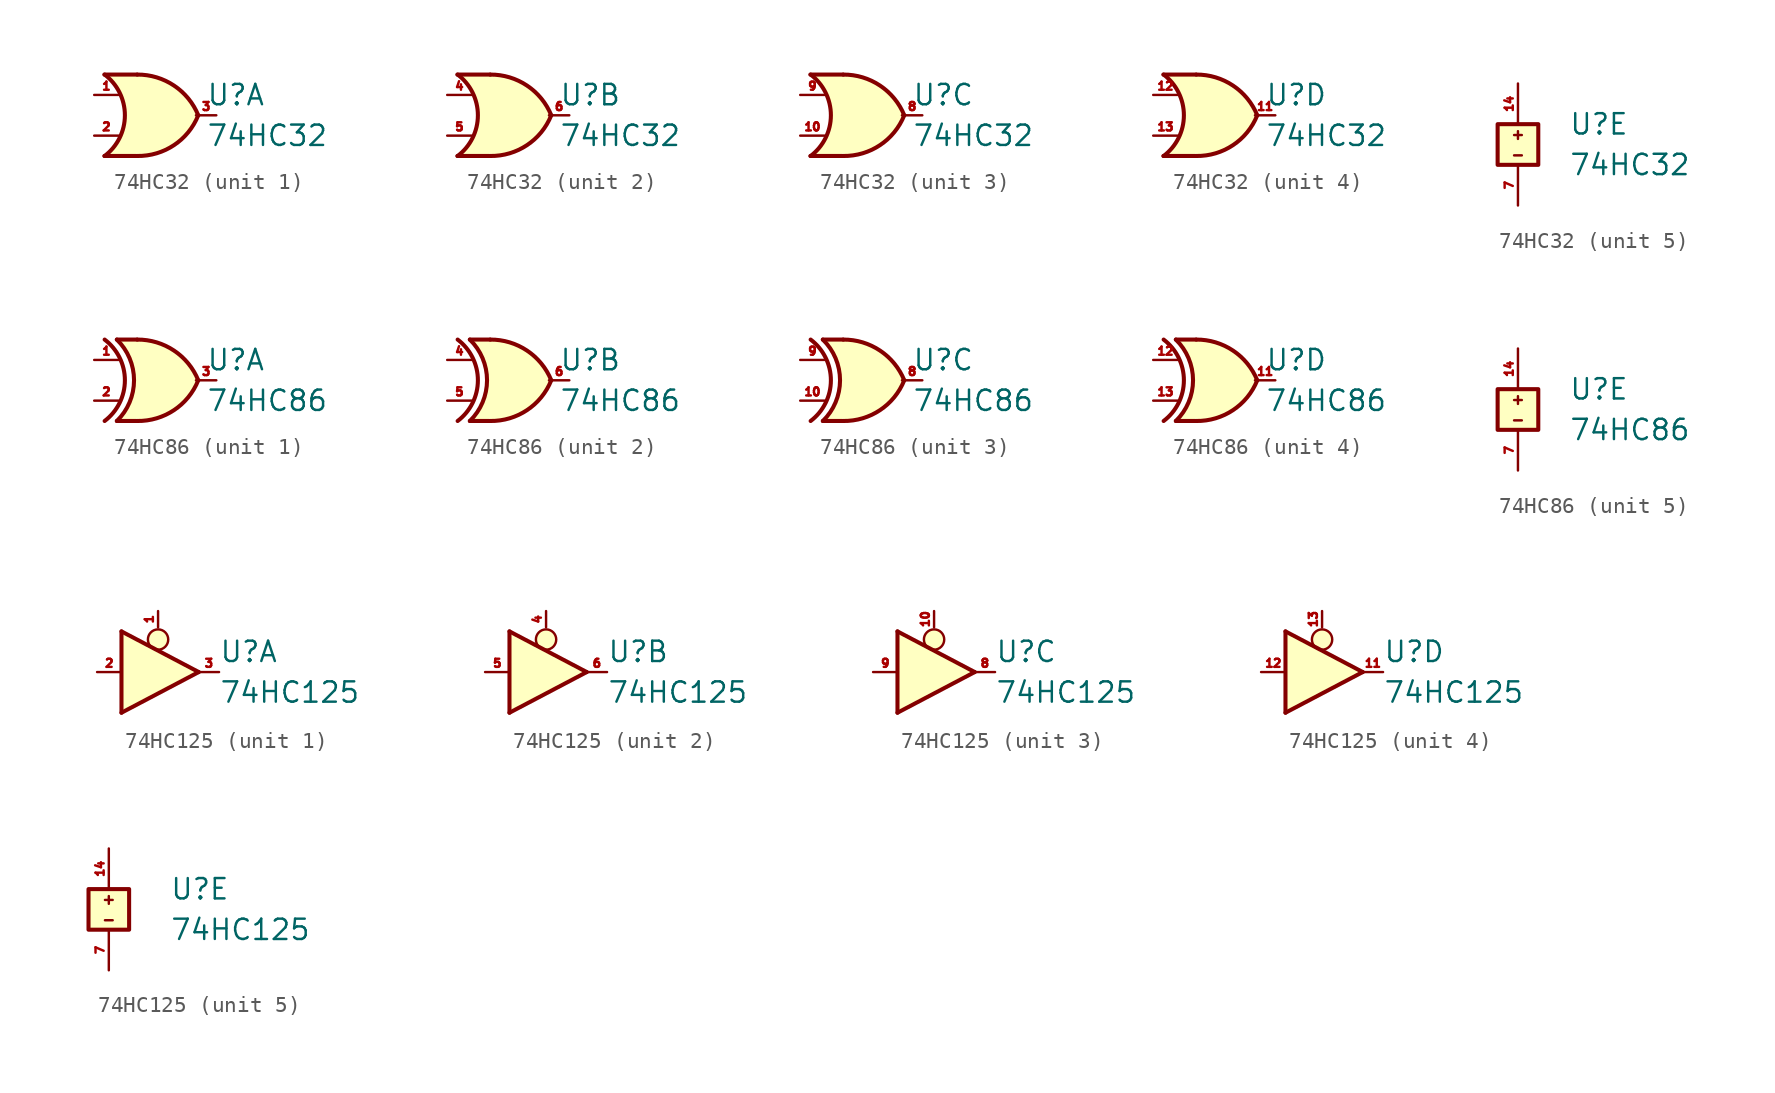
<source format=kicad_sym>
(kicad_symbol_lib
  (version 20231120)
  (generator "kicad_symbol_editor")
  (generator_version "8.0")
  (symbol "74HC32"
    (pin_names
      (offset 0.002) hide)
    (property "Reference" "U"
      (at 3.175 1.27 0)
      (effects (font (size 1.27 1.27)) (justify left)))
    (property "Value" "74HC32"
      (at 3.175 -1.27 0)
      (effects (font (size 1.27 1.27)) (justify left)))
    (property "ki_locked" ""
      (at 0 0 0)
      (effects (font (size 1.27 1.27))))
    (symbol "74HC32_1_0"
      (arc (start -3.1584 -2.54) (mid -1.895 0) (end -3.1584 2.54) (stroke (width 0.254) (type default)) (fill (type none)))
      (arc (start -1.1264 -2.54) (mid 1.1727 -1.8611) (end 2.6836 0) (stroke (width 0.254) (type default)) (fill (type background)))
      (polyline (pts (xy -3.175 -2.54) (xy -1.126 -2.54)) (stroke (width 0.254) (type default)) (fill (type none)))
      (polyline (pts (xy -1.126 2.54) (xy -3.175 2.54)) (stroke (width 0.254) (type default)) (fill (type background)))
      (polyline (pts (xy -0.491 1.905) (xy -1.126 2.54) (xy -1.38 2.54) (xy -3.048 2.54) (xy -2.286 1.524) (xy -2.032 0.762) (xy -1.778 0) (xy -2.032 -0.762) (xy -2.286 -1.524) (xy -3.048 -2.54) (xy -1.38 -2.54) (xy -0.491 -1.905)) (stroke (width -0.025) (type default)) (fill (type background)))
      (arc (start 2.6836 0) (mid 1.1684 1.8547) (end -1.1264 2.54) (stroke (width 0.254) (type default)) (fill (type background))))
    (symbol "74HC32_1_1"
      (pin passive line (at -3.81 1.27 0) (length 1.524) (name "~" (effects (font (size 1.27 1.27)))) (number "1" (effects (font (size 0.508 0.508)))))
      (pin passive line (at -3.81 -1.27 0) (length 1.524) (name "~" (effects (font (size 1.27 1.27)))) (number "2" (effects (font (size 0.508 0.508)))))
      (pin passive line (at 3.81 0 180) (length 1.27) (name "~" (effects (font (size 1.27 1.27)))) (number "3" (effects (font (size 0.508 0.508))))))
    (symbol "74HC32_2_0"
      (arc (start -3.1584 -2.54) (mid -1.895 0) (end -3.1584 2.54) (stroke (width 0.254) (type default)) (fill (type none)))
      (arc (start -1.1264 -2.54) (mid 1.1727 -1.8611) (end 2.6836 0) (stroke (width 0.254) (type default)) (fill (type background)))
      (polyline (pts (xy -3.175 -2.54) (xy -1.126 -2.54)) (stroke (width 0.254) (type default)) (fill (type none)))
      (polyline (pts (xy -1.126 2.54) (xy -3.175 2.54)) (stroke (width 0.254) (type default)) (fill (type background)))
      (polyline (pts (xy -0.491 1.905) (xy -1.126 2.54) (xy -1.38 2.54) (xy -3.048 2.54) (xy -2.286 1.524) (xy -2.032 0.762) (xy -1.778 0) (xy -2.032 -0.762) (xy -2.286 -1.524) (xy -3.048 -2.54) (xy -1.38 -2.54) (xy -0.491 -1.905)) (stroke (width -0.025) (type default)) (fill (type background)))
      (arc (start 2.6836 0) (mid 1.1684 1.8547) (end -1.1264 2.54) (stroke (width 0.254) (type default)) (fill (type background))))
    (symbol "74HC32_2_1"
      (pin passive line (at -3.81 1.27 0) (length 1.524) (name "~" (effects (font (size 1.27 1.27)))) (number "4" (effects (font (size 0.508 0.508)))))
      (pin passive line (at -3.81 -1.27 0) (length 1.524) (name "~" (effects (font (size 1.27 1.27)))) (number "5" (effects (font (size 0.508 0.508)))))
      (pin passive line (at 3.81 0 180) (length 1.27) (name "~" (effects (font (size 1.27 1.27)))) (number "6" (effects (font (size 0.508 0.508))))))
    (symbol "74HC32_3_0"
      (arc (start -3.1584 -2.54) (mid -1.895 0) (end -3.1584 2.54) (stroke (width 0.254) (type default)) (fill (type none)))
      (arc (start -1.1264 -2.54) (mid 1.1727 -1.8611) (end 2.6836 0) (stroke (width 0.254) (type default)) (fill (type background)))
      (polyline (pts (xy -3.175 -2.54) (xy -1.126 -2.54)) (stroke (width 0.254) (type default)) (fill (type none)))
      (polyline (pts (xy -1.126 2.54) (xy -3.175 2.54)) (stroke (width 0.254) (type default)) (fill (type background)))
      (polyline (pts (xy -0.491 1.905) (xy -1.126 2.54) (xy -1.38 2.54) (xy -3.048 2.54) (xy -2.286 1.524) (xy -2.032 0.762) (xy -1.778 0) (xy -2.032 -0.762) (xy -2.286 -1.524) (xy -3.048 -2.54) (xy -1.38 -2.54) (xy -0.491 -1.905)) (stroke (width -0.025) (type default)) (fill (type background)))
      (arc (start 2.6836 0) (mid 1.1684 1.8547) (end -1.1264 2.54) (stroke (width 0.254) (type default)) (fill (type background))))
    (symbol "74HC32_3_1"
      (pin passive line (at -3.81 -1.27 0) (length 1.524) (name "~" (effects (font (size 1.27 1.27)))) (number "10" (effects (font (size 0.508 0.508)))))
      (pin passive line (at 3.81 0 180) (length 1.27) (name "~" (effects (font (size 1.27 1.27)))) (number "8" (effects (font (size 0.508 0.508)))))
      (pin passive line (at -3.81 1.27 0) (length 1.524) (name "~" (effects (font (size 1.27 1.27)))) (number "9" (effects (font (size 0.508 0.508))))))
    (symbol "74HC32_4_0"
      (arc (start -3.1584 -2.54) (mid -1.895 0) (end -3.1584 2.54) (stroke (width 0.254) (type default)) (fill (type none)))
      (arc (start -1.1264 -2.54) (mid 1.1727 -1.8611) (end 2.6836 0) (stroke (width 0.254) (type default)) (fill (type background)))
      (polyline (pts (xy -3.175 -2.54) (xy -1.126 -2.54)) (stroke (width 0.254) (type default)) (fill (type none)))
      (polyline (pts (xy -1.126 2.54) (xy -3.175 2.54)) (stroke (width 0.254) (type default)) (fill (type background)))
      (polyline (pts (xy -0.491 1.905) (xy -1.126 2.54) (xy -1.38 2.54) (xy -3.048 2.54) (xy -2.286 1.524) (xy -2.032 0.762) (xy -1.778 0) (xy -2.032 -0.762) (xy -2.286 -1.524) (xy -3.048 -2.54) (xy -1.38 -2.54) (xy -0.491 -1.905)) (stroke (width -0.025) (type default)) (fill (type background)))
      (arc (start 2.6836 0) (mid 1.1684 1.8547) (end -1.1264 2.54) (stroke (width 0.254) (type default)) (fill (type background))))
    (symbol "74HC32_4_1"
      (pin passive line (at 3.81 0 180) (length 1.27) (name "~" (effects (font (size 1.27 1.27)))) (number "11" (effects (font (size 0.508 0.508)))))
      (pin passive line (at -3.81 1.27 0) (length 1.524) (name "~" (effects (font (size 1.27 1.27)))) (number "12" (effects (font (size 0.508 0.508)))))
      (pin passive line (at -3.81 -1.27 0) (length 1.524) (name "~" (effects (font (size 1.27 1.27)))) (number "13" (effects (font (size 0.508 0.508))))))
    (symbol "74HC32_5_0"
      (rectangle (start -1.27 1.27) (end 1.27 -1.27) (stroke (width 0.254) (type default)) (fill (type background)))
      (text "+" (at 0 0.635 0) (effects (font (size 0.635 0.635))))
      (text "-" (at 0 -0.635 0) (effects (font (size 0.635 0.635)))))
    (symbol "74HC32_5_1"
      (pin passive line (at 0 3.81 270) (length 2.54) (name "+" (effects (font (size 1.27 1.27)))) (number "14" (effects (font (size 0.508 0.508)))))
      (pin passive line (at 0 -3.81 90) (length 2.54) (name "-" (effects (font (size 1.27 1.27)))) (number "7" (effects (font (size 0.508 0.508)))))))
  (symbol "74HC86"
    (pin_names
      (offset 0.002) hide)
    (property "Reference" "U"
      (at 3.175 1.27 0)
      (effects (font (size 1.27 1.27)) (justify left)))
    (property "Value" "74HC86"
      (at 3.175 -1.27 0)
      (effects (font (size 1.27 1.27)) (justify left)))
    (property "Link" ""
      (at -0.127 0 0)
      (effects (font (size 1.27 1.27))))
    (property "ki_locked" ""
      (at 0 0 0)
      (effects (font (size 1.27 1.27))))
    (symbol "74HC86_1_0"
      (arc (start -3.1584 -2.54) (mid -1.895 0) (end -3.1584 2.54) (stroke (width 0.254) (type default)) (fill (type none)))
      (arc (start -2.3964 -2.54) (mid -1.3243 0) (end -2.3964 2.54) (stroke (width 0.254) (type default)) (fill (type none)))
      (arc (start -1.1264 -2.54) (mid 1.1727 -1.8611) (end 2.6836 0) (stroke (width 0.254) (type default)) (fill (type background)))
      (polyline (pts (xy -2.396 -2.54) (xy -1.126 -2.54)) (stroke (width 0.254) (type default)) (fill (type none)))
      (polyline (pts (xy -1.126 2.54) (xy -2.396 2.54)) (stroke (width 0.254) (type default)) (fill (type background)))
      (polyline (pts (xy -0.491 1.905) (xy -1.126 2.54) (xy -1.38 2.54) (xy -2.396 2.54) (xy -1.634 1.524) (xy -1.38 0.508) (xy -1.253 0) (xy -1.38 -0.635) (xy -1.634 -1.524) (xy -2.396 -2.54) (xy -1.38 -2.54) (xy -0.491 -1.905)) (stroke (width -0.025) (type default)) (fill (type background)))
      (arc (start 2.6836 0) (mid 1.1684 1.8547) (end -1.1264 2.54) (stroke (width 0.254) (type default)) (fill (type background))))
    (symbol "74HC86_1_1"
      (pin passive line (at -3.81 1.27 0) (length 1.524) (name "~" (effects (font (size 1.27 1.27)))) (number "1" (effects (font (size 0.508 0.508)))))
      (pin passive line (at -3.81 -1.27 0) (length 1.524) (name "~" (effects (font (size 1.27 1.27)))) (number "2" (effects (font (size 0.508 0.508)))))
      (pin passive line (at 3.81 0 180) (length 1.27) (name "~" (effects (font (size 1.27 1.27)))) (number "3" (effects (font (size 0.508 0.508))))))
    (symbol "74HC86_2_0"
      (arc (start -3.1584 -2.54) (mid -1.895 0) (end -3.1584 2.54) (stroke (width 0.254) (type default)) (fill (type none)))
      (arc (start -2.3964 -2.54) (mid -1.3243 0) (end -2.3964 2.54) (stroke (width 0.254) (type default)) (fill (type none)))
      (arc (start -1.1264 -2.54) (mid 1.1727 -1.8611) (end 2.6836 0) (stroke (width 0.254) (type default)) (fill (type background)))
      (polyline (pts (xy -2.396 -2.54) (xy -1.126 -2.54)) (stroke (width 0.254) (type default)) (fill (type none)))
      (polyline (pts (xy -1.126 2.54) (xy -2.396 2.54)) (stroke (width 0.254) (type default)) (fill (type background)))
      (polyline (pts (xy -0.491 1.905) (xy -1.126 2.54) (xy -1.38 2.54) (xy -2.396 2.54) (xy -1.634 1.524) (xy -1.38 0.508) (xy -1.253 0) (xy -1.38 -0.635) (xy -1.634 -1.524) (xy -2.396 -2.54) (xy -1.38 -2.54) (xy -0.491 -1.905)) (stroke (width -0.025) (type default)) (fill (type background)))
      (arc (start 2.6836 0) (mid 1.1684 1.8547) (end -1.1264 2.54) (stroke (width 0.254) (type default)) (fill (type background))))
    (symbol "74HC86_2_1"
      (pin passive line (at -3.81 1.27 0) (length 1.524) (name "~" (effects (font (size 1.27 1.27)))) (number "4" (effects (font (size 0.508 0.508)))))
      (pin passive line (at -3.81 -1.27 0) (length 1.524) (name "~" (effects (font (size 1.27 1.27)))) (number "5" (effects (font (size 0.508 0.508)))))
      (pin passive line (at 3.81 0 180) (length 1.27) (name "~" (effects (font (size 1.27 1.27)))) (number "6" (effects (font (size 0.508 0.508))))))
    (symbol "74HC86_3_0"
      (arc (start -3.1584 -2.54) (mid -1.895 0) (end -3.1584 2.54) (stroke (width 0.254) (type default)) (fill (type none)))
      (arc (start -2.3964 -2.54) (mid -1.3243 0) (end -2.3964 2.54) (stroke (width 0.254) (type default)) (fill (type none)))
      (arc (start -1.1264 -2.54) (mid 1.1727 -1.8611) (end 2.6836 0) (stroke (width 0.254) (type default)) (fill (type background)))
      (polyline (pts (xy -2.396 -2.54) (xy -1.126 -2.54)) (stroke (width 0.254) (type default)) (fill (type none)))
      (polyline (pts (xy -1.126 2.54) (xy -2.396 2.54)) (stroke (width 0.254) (type default)) (fill (type background)))
      (polyline (pts (xy -0.491 1.905) (xy -1.126 2.54) (xy -1.38 2.54) (xy -2.396 2.54) (xy -1.634 1.524) (xy -1.38 0.508) (xy -1.253 0) (xy -1.38 -0.635) (xy -1.634 -1.524) (xy -2.396 -2.54) (xy -1.38 -2.54) (xy -0.491 -1.905)) (stroke (width -0.025) (type default)) (fill (type background)))
      (arc (start 2.6836 0) (mid 1.1684 1.8547) (end -1.1264 2.54) (stroke (width 0.254) (type default)) (fill (type background))))
    (symbol "74HC86_3_1"
      (pin passive line (at -3.81 -1.27 0) (length 1.524) (name "~" (effects (font (size 1.27 1.27)))) (number "10" (effects (font (size 0.508 0.508)))))
      (pin passive line (at 3.81 0 180) (length 1.27) (name "~" (effects (font (size 1.27 1.27)))) (number "8" (effects (font (size 0.508 0.508)))))
      (pin passive line (at -3.81 1.27 0) (length 1.524) (name "~" (effects (font (size 1.27 1.27)))) (number "9" (effects (font (size 0.508 0.508))))))
    (symbol "74HC86_4_0"
      (arc (start -3.1584 -2.54) (mid -1.895 0) (end -3.1584 2.54) (stroke (width 0.254) (type default)) (fill (type none)))
      (arc (start -2.3964 -2.54) (mid -1.3243 0) (end -2.3964 2.54) (stroke (width 0.254) (type default)) (fill (type none)))
      (arc (start -1.1264 -2.54) (mid 1.1727 -1.8611) (end 2.6836 0) (stroke (width 0.254) (type default)) (fill (type background)))
      (polyline (pts (xy -2.396 -2.54) (xy -1.126 -2.54)) (stroke (width 0.254) (type default)) (fill (type none)))
      (polyline (pts (xy -1.126 2.54) (xy -2.396 2.54)) (stroke (width 0.254) (type default)) (fill (type background)))
      (polyline (pts (xy -0.491 1.905) (xy -1.126 2.54) (xy -1.38 2.54) (xy -2.396 2.54) (xy -1.634 1.524) (xy -1.38 0.508) (xy -1.253 0) (xy -1.38 -0.635) (xy -1.634 -1.524) (xy -2.396 -2.54) (xy -1.38 -2.54) (xy -0.491 -1.905)) (stroke (width -0.025) (type default)) (fill (type background)))
      (arc (start 2.6836 0) (mid 1.1684 1.8547) (end -1.1264 2.54) (stroke (width 0.254) (type default)) (fill (type background))))
    (symbol "74HC86_4_1"
      (pin passive line (at 3.81 0 180) (length 1.27) (name "~" (effects (font (size 1.27 1.27)))) (number "11" (effects (font (size 0.508 0.508)))))
      (pin passive line (at -3.81 1.27 0) (length 1.524) (name "~" (effects (font (size 1.27 1.27)))) (number "12" (effects (font (size 0.508 0.508)))))
      (pin passive line (at -3.81 -1.27 0) (length 1.524) (name "~" (effects (font (size 1.27 1.27)))) (number "13" (effects (font (size 0.508 0.508))))))
    (symbol "74HC86_5_0"
      (rectangle (start -1.27 1.27) (end 1.27 -1.27) (stroke (width 0.254) (type default)) (fill (type background)))
      (text "+" (at 0 0.635 0) (effects (font (size 0.635 0.635))))
      (text "-" (at 0 -0.635 0) (effects (font (size 0.635 0.635)))))
    (symbol "74HC86_5_1"
      (pin passive line (at 0 3.81 270) (length 2.54) (name "+" (effects (font (size 1.27 1.27)))) (number "14" (effects (font (size 0.508 0.508)))))
      (pin passive line (at 0 -3.81 90) (length 2.54) (name "-" (effects (font (size 1.27 1.27)))) (number "7" (effects (font (size 0.508 0.508)))))))
  (symbol "74HC125"
    (pin_names
      (offset 0.002) hide)
    (property "Reference" "U"
      (at 3.81 1.27 0)
      (effects (font (size 1.27 1.27)) (justify left)))
    (property "Value" "74HC125"
      (at 3.81 -1.27 0)
      (effects (font (size 1.27 1.27)) (justify left)))
    (property "ki_locked" ""
      (at 0 0 0)
      (effects (font (size 1.27 1.27))))
    (symbol "74HC125_1_0"
      (polyline (pts (xy -2.286 -2.54) (xy -2.286 2.54)) (stroke (width 0.254) (type default)) (fill (type background)))
      (polyline (pts (xy -2.286 -2.54) (xy 2.54 0)) (stroke (width 0.254) (type default)) (fill (type none)))
      (polyline (pts (xy 2.54 0) (xy -2.286 2.54)) (stroke (width 0.254) (type default)) (fill (type background)))
      (polyline (pts (xy 2.54 0) (xy -2.286 2.54) (xy -2.286 -2.54)) (stroke (width -0.025) (type default)) (fill (type background))))
    (symbol "74HC125_1_1"
      (circle (center 0 2.032) (radius 0.635) (stroke (width 0.152) (type default)) (fill (type background)))
      (pin passive line (at 0 3.81 270) (length 1.016) (name "~" (effects (font (size 1.27 1.27)))) (number "1" (effects (font (size 0.508 0.508)))))
      (pin passive line (at -3.81 0 0) (length 1.524) (name "~" (effects (font (size 1.27 1.27)))) (number "2" (effects (font (size 0.508 0.508)))))
      (pin passive line (at 3.81 0 180) (length 1.27) (name "~" (effects (font (size 1.27 1.27)))) (number "3" (effects (font (size 0.508 0.508))))))
    (symbol "74HC125_2_0"
      (polyline (pts (xy -2.286 -2.54) (xy -2.286 2.54)) (stroke (width 0.254) (type default)) (fill (type background)))
      (polyline (pts (xy -2.286 -2.54) (xy 2.54 0)) (stroke (width 0.254) (type default)) (fill (type none)))
      (polyline (pts (xy 2.54 0) (xy -2.286 2.54)) (stroke (width 0.254) (type default)) (fill (type background)))
      (polyline (pts (xy 2.54 0) (xy -2.286 2.54) (xy -2.286 -2.54)) (stroke (width -0.025) (type default)) (fill (type background))))
    (symbol "74HC125_2_1"
      (circle (center 0 2.032) (radius 0.635) (stroke (width 0.152) (type default)) (fill (type background)))
      (pin passive line (at 0 3.81 270) (length 1.016) (name "~" (effects (font (size 1.27 1.27)))) (number "4" (effects (font (size 0.508 0.508)))))
      (pin passive line (at -3.81 0 0) (length 1.524) (name "~" (effects (font (size 1.27 1.27)))) (number "5" (effects (font (size 0.508 0.508)))))
      (pin passive line (at 3.81 0 180) (length 1.27) (name "~" (effects (font (size 1.27 1.27)))) (number "6" (effects (font (size 0.508 0.508))))))
    (symbol "74HC125_3_0"
      (polyline (pts (xy -2.286 -2.54) (xy -2.286 2.54)) (stroke (width 0.254) (type default)) (fill (type background)))
      (polyline (pts (xy -2.286 -2.54) (xy 2.54 0)) (stroke (width 0.254) (type default)) (fill (type none)))
      (polyline (pts (xy 2.54 0) (xy -2.286 2.54)) (stroke (width 0.254) (type default)) (fill (type background)))
      (polyline (pts (xy 2.54 0) (xy -2.286 2.54) (xy -2.286 -2.54)) (stroke (width -0.025) (type default)) (fill (type background))))
    (symbol "74HC125_3_1"
      (circle (center 0 2.032) (radius 0.635) (stroke (width 0.152) (type default)) (fill (type background)))
      (pin passive line (at 0 3.81 270) (length 1.016) (name "~" (effects (font (size 1.27 1.27)))) (number "10" (effects (font (size 0.508 0.508)))))
      (pin passive line (at 3.81 0 180) (length 1.27) (name "~" (effects (font (size 1.27 1.27)))) (number "8" (effects (font (size 0.508 0.508)))))
      (pin passive line (at -3.81 0 0) (length 1.524) (name "~" (effects (font (size 1.27 1.27)))) (number "9" (effects (font (size 0.508 0.508))))))
    (symbol "74HC125_4_0"
      (polyline (pts (xy -2.286 -2.54) (xy -2.286 2.54)) (stroke (width 0.254) (type default)) (fill (type background)))
      (polyline (pts (xy -2.286 -2.54) (xy 2.54 0)) (stroke (width 0.254) (type default)) (fill (type none)))
      (polyline (pts (xy 2.54 0) (xy -2.286 2.54)) (stroke (width 0.254) (type default)) (fill (type background)))
      (polyline (pts (xy 2.54 0) (xy -2.286 2.54) (xy -2.286 -2.54)) (stroke (width -0.025) (type default)) (fill (type background))))
    (symbol "74HC125_4_1"
      (circle (center 0 2.032) (radius 0.635) (stroke (width 0.152) (type default)) (fill (type background)))
      (pin passive line (at 3.81 0 180) (length 1.27) (name "~" (effects (font (size 1.27 1.27)))) (number "11" (effects (font (size 0.508 0.508)))))
      (pin passive line (at -3.81 0 0) (length 1.524) (name "~" (effects (font (size 1.27 1.27)))) (number "12" (effects (font (size 0.508 0.508)))))
      (pin passive line (at 0 3.81 270) (length 1.016) (name "~" (effects (font (size 1.27 1.27)))) (number "13" (effects (font (size 0.508 0.508))))))
    (symbol "74HC125_5_0"
      (rectangle (start -1.27 1.27) (end 1.27 -1.27) (stroke (width 0.254) (type default)) (fill (type background)))
      (text "+" (at 0 0.635 0) (effects (font (size 0.635 0.635))))
      (text "-" (at 0 -0.635 0) (effects (font (size 0.635 0.635)))))
    (symbol "74HC125_5_1"
      (pin passive line (at 0 3.81 270) (length 2.54) (name "+" (effects (font (size 1.27 1.27)))) (number "14" (effects (font (size 0.508 0.508)))))
      (pin passive line (at 0 -3.81 90) (length 2.54) (name "-" (effects (font (size 1.27 1.27)))) (number "7" (effects (font (size 0.508 0.508))))))))
</source>
